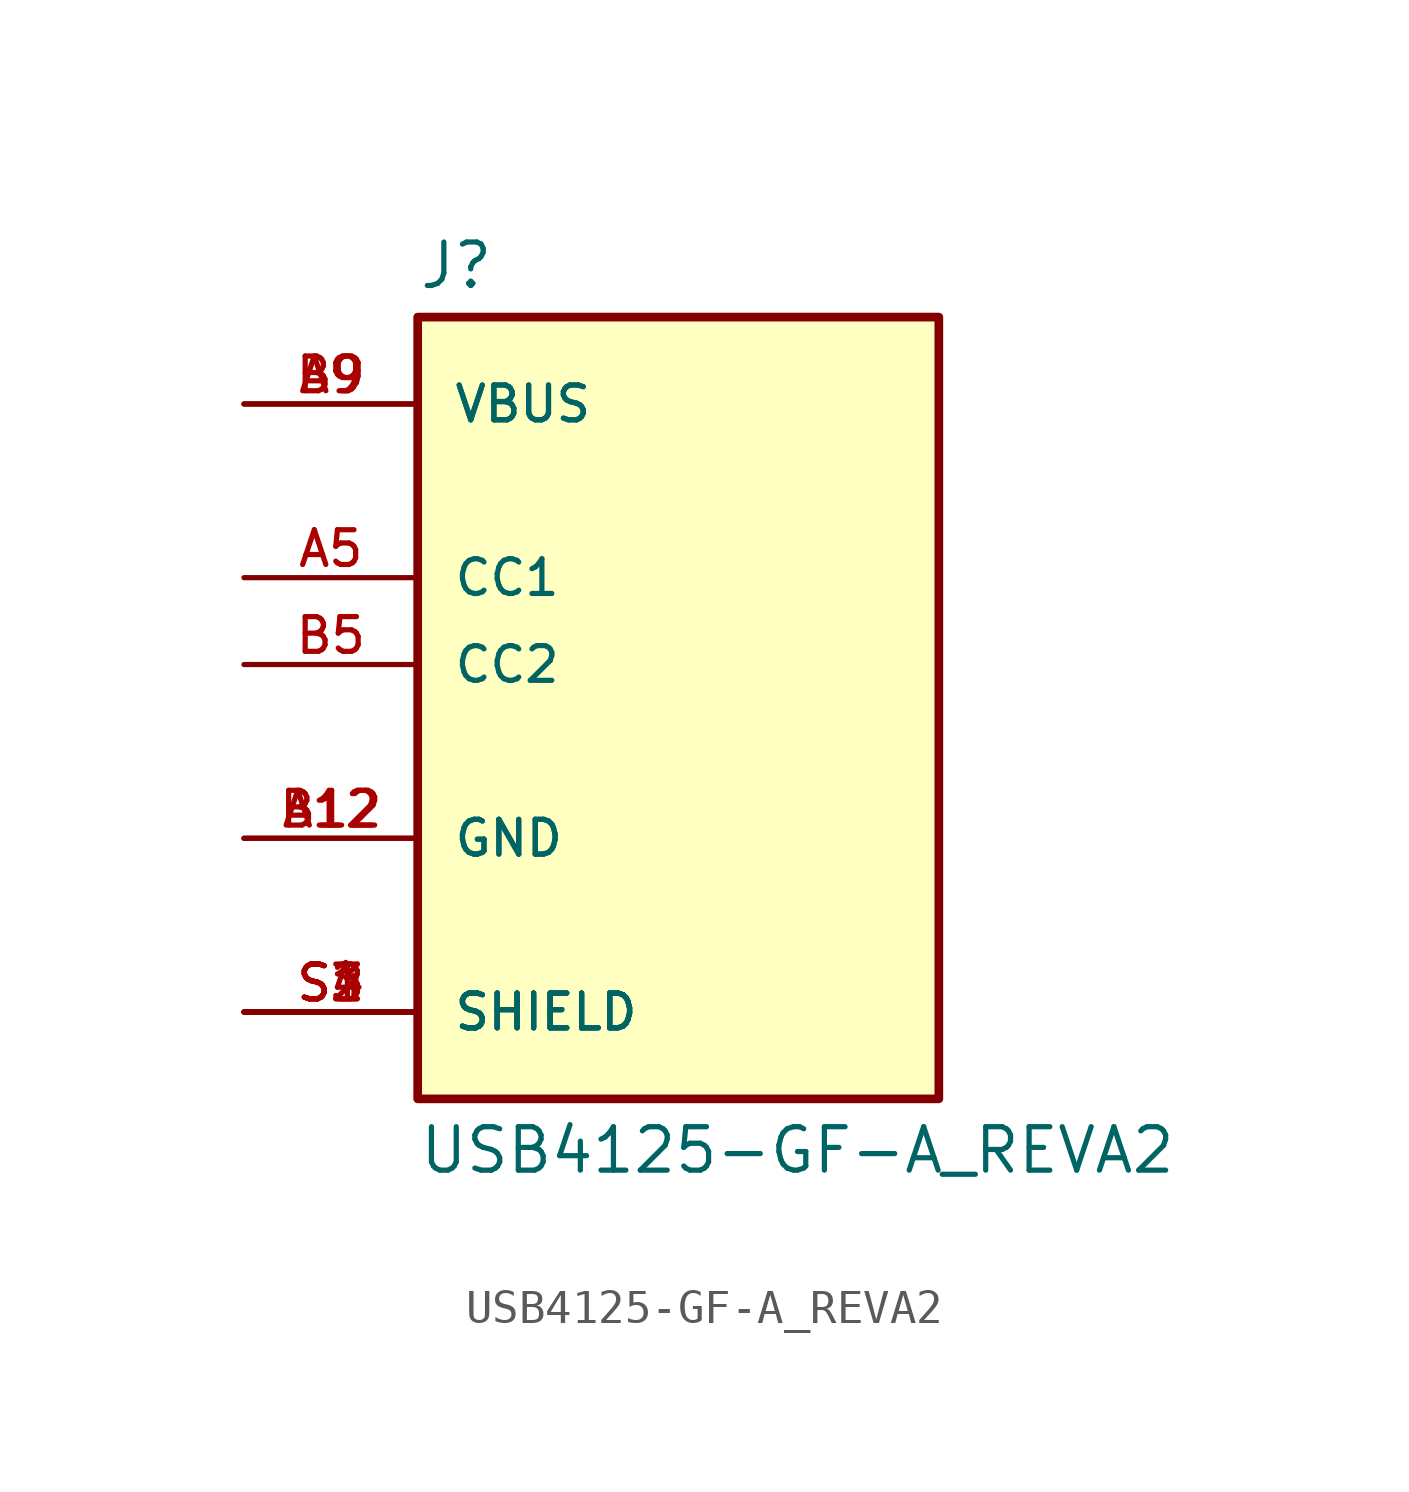
<source format=kicad_sym>
(kicad_symbol_lib
  (version 20211014)
  (generator kicad_symbol_editor)
  (symbol "USB4125-GF-A_REVA2"
    (pin_names
      (offset 1.016))
    (property "Reference" "J"
      (at -7.62 10.922 0)
      (effects (font (size 1.27 1.27)) (justify bottom left)))
    (property "Value" "USB4125-GF-A_REVA2"
      (at -7.62 -13.462 0.0)
      (effects (font (size 1.27 1.27)) (justify top left)))
    (symbol "USB4125-GF-A_REVA2_0_0"
      (rectangle (start -7.62 -12.7) (end 7.62 10.16) (stroke (width 0.254)) (fill (type background)))
      (pin power_in line (at -12.7 -5.08 0) (length 5.08) (name "GND" (effects (font (size 1.016 1.016)))) (number "A12" (effects (font (size 1.016 1.016)))))
      (pin power_in line (at -12.7 -5.08 0) (length 5.08) (name "GND" (effects (font (size 1.016 1.016)))) (number "B12" (effects (font (size 1.016 1.016)))))
      (pin power_in line (at -12.7 7.62 0) (length 5.08) (name "VBUS" (effects (font (size 1.016 1.016)))) (number "A9" (effects (font (size 1.016 1.016)))))
      (pin power_in line (at -12.7 7.62 0) (length 5.08) (name "VBUS" (effects (font (size 1.016 1.016)))) (number "B9" (effects (font (size 1.016 1.016)))))
      (pin bidirectional line (at -12.7 2.54 0) (length 5.08) (name "CC1" (effects (font (size 1.016 1.016)))) (number "A5" (effects (font (size 1.016 1.016)))))
      (pin passive line (at -12.7 -10.16 0) (length 5.08) (name "SHIELD" (effects (font (size 1.016 1.016)))) (number "S1" (effects (font (size 1.016 1.016)))))
      (pin passive line (at -12.7 -10.16 0) (length 5.08) (name "SHIELD" (effects (font (size 1.016 1.016)))) (number "S2" (effects (font (size 1.016 1.016)))))
      (pin passive line (at -12.7 -10.16 0) (length 5.08) (name "SHIELD" (effects (font (size 1.016 1.016)))) (number "S3" (effects (font (size 1.016 1.016)))))
      (pin passive line (at -12.7 -10.16 0) (length 5.08) (name "SHIELD" (effects (font (size 1.016 1.016)))) (number "S4" (effects (font (size 1.016 1.016)))))
      (pin bidirectional line (at -12.7 0.0 0) (length 5.08) (name "CC2" (effects (font (size 1.016 1.016)))) (number "B5" (effects (font (size 1.016 1.016))))))))
</source>
